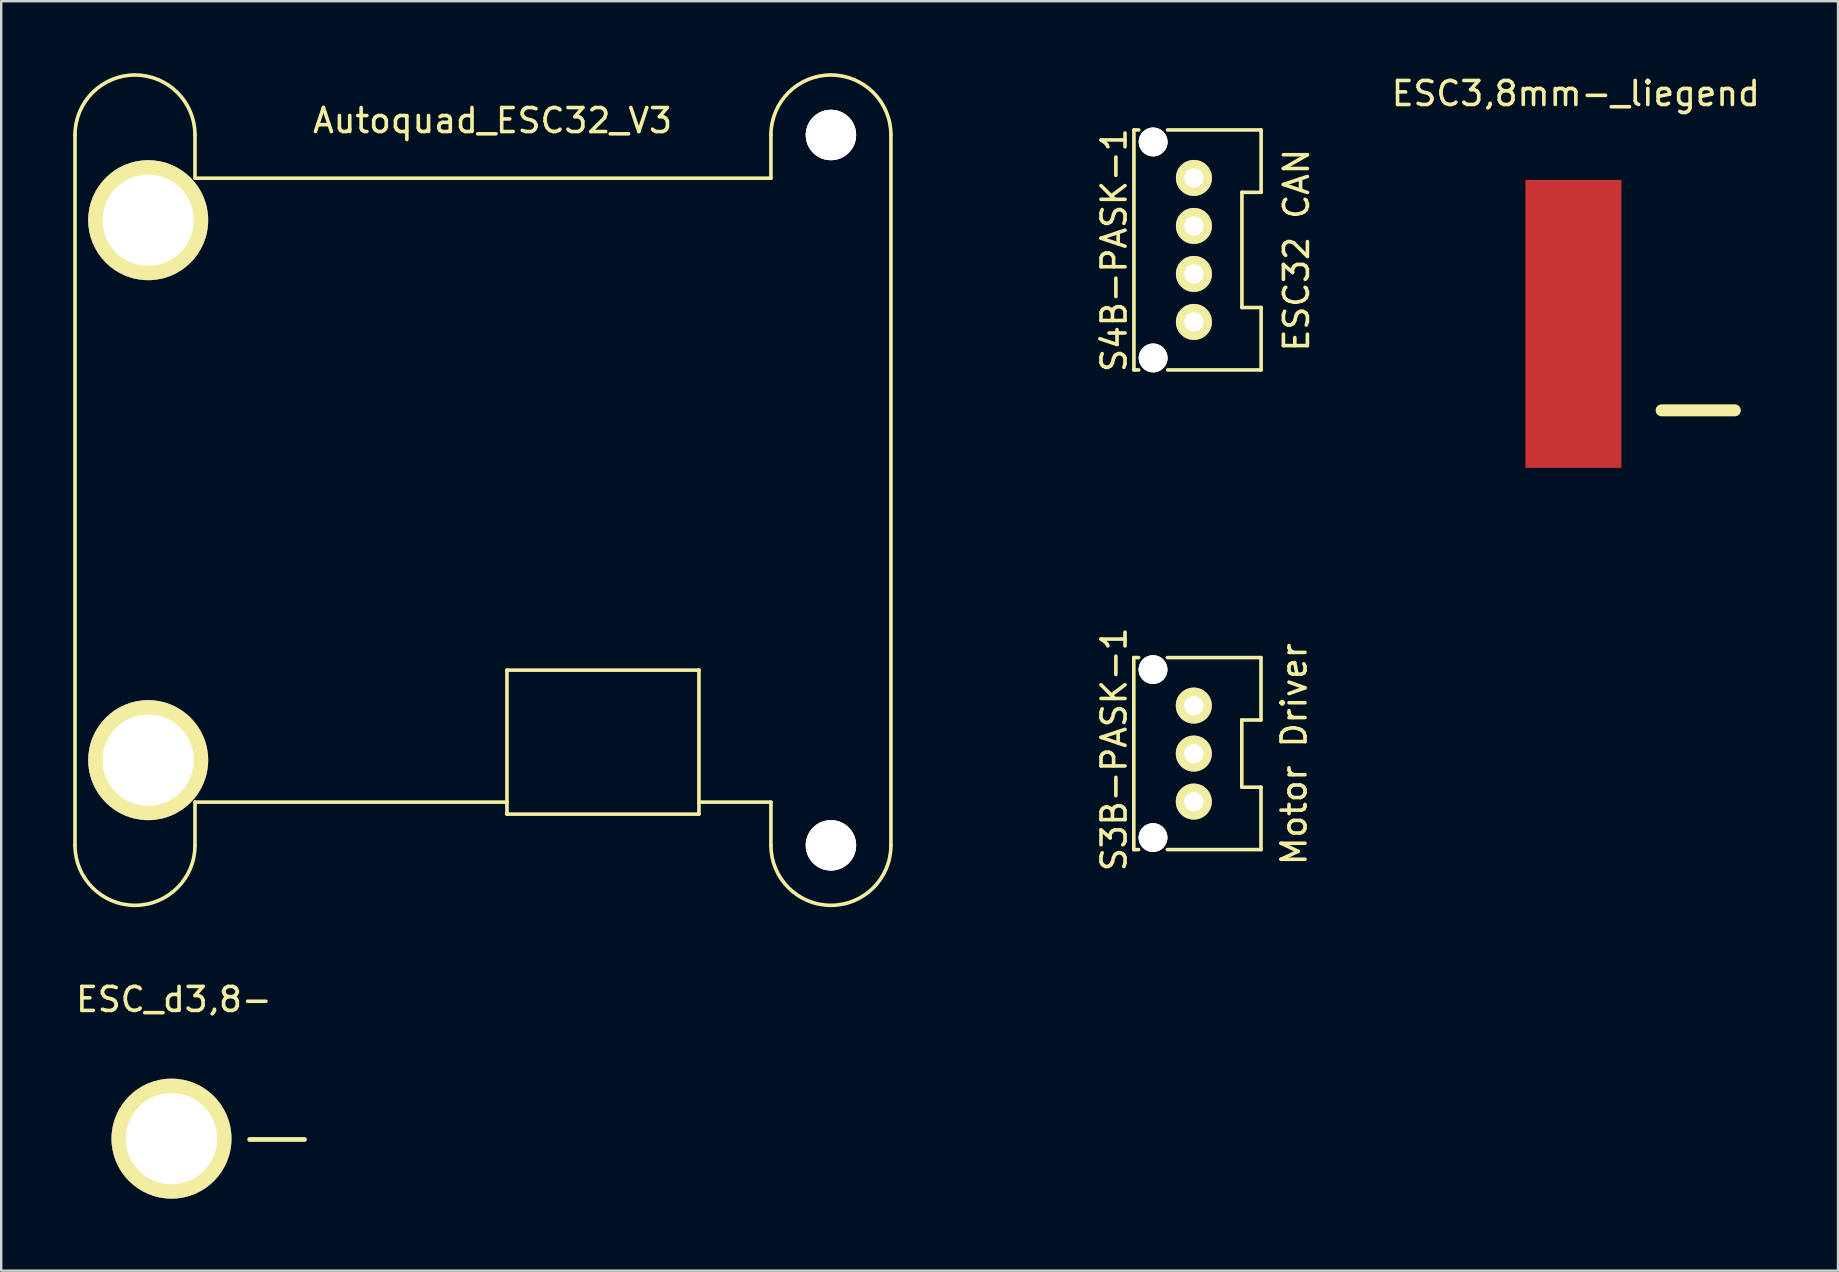
<source format=kicad_pcb>
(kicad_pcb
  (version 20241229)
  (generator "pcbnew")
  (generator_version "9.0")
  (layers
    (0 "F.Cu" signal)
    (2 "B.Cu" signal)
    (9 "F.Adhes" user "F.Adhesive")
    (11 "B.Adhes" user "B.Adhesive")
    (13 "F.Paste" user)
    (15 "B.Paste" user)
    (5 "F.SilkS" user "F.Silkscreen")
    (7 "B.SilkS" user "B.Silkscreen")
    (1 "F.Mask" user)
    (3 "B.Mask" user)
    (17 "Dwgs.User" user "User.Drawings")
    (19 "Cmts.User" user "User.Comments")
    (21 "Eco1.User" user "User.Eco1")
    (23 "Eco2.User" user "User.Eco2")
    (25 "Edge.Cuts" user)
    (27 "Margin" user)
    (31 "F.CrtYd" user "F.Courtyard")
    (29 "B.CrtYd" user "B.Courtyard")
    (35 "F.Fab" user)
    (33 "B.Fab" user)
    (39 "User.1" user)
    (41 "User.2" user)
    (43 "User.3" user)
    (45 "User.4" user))
  (footprint "ESC3,8mm-_liegend"
    (layer "F.Cu")
    (at 62.515 10.448)
    (property "Reference" "ESC3,8mm-_liegend" (at 0.1 -9.6 0) (layer "F.SilkS") (effects (font (size 1 1) (thickness 0.15))))
    (attr through_hole)
    (fp_text user "-" (at 5.2 3.3 0) (layer "F.SilkS") (effects (font (size 4 4) (thickness 0.5))))
    (pad "1" smd rect (at 0 0) (size 4 12) (layers "F.Cu" "F.Mask" "F.Paste")))
  (footprint "ESC_d3,8-"
    (layer "F.Cu")
    (at 4.096 44.398)
    (property "Reference" "ESC_d3,8-" (at 0.1 -5.8 0) (layer "F.SilkS") (effects (font (size 1 1) (thickness 0.15))))
    (attr through_hole)
    (fp_text user "-" (at 4.4 -0.2 0) (layer "F.SilkS") (effects (font (size 3 3) (thickness 0.2))))
    (pad "1" thru_hole circle (at 0 0) (size 5 5) (drill 3.8) (layers "*.Cu" "*.Mask" "F.SilkS")))
  (footprint "Autoquad_ESC32_V3"
    (layer "F.Cu")
    (at 17.175 17.375)
    (property "Reference" "Autoquad_ESC32_V3" (at 0.3 -15.4 0) (layer "F.SilkS") (effects (font (size 1 1) (thickness 0.15))))
    (attr through_hole)
    (fp_line (start -17.1 -14.8) (end -17.1 14.8) (stroke (width 0.15) (type solid)) (layer "F.SilkS"))
    (fp_line (start -12.1 -14.8) (end -12.1 -13) (stroke (width 0.15) (type solid)) (layer "F.SilkS"))
    (fp_line (start -12.1 -13) (end 11.9 -13) (stroke (width 0.15) (type solid)) (layer "F.SilkS"))
    (fp_line (start -12.1 14.8) (end -12.1 13) (stroke (width 0.15) (type solid)) (layer "F.SilkS"))
    (fp_line (start 0.9 7.5) (end 0.9 13) (stroke (width 0.15) (type solid)) (layer "F.SilkS"))
    (fp_line (start 0.9 13) (end -12.1 13) (stroke (width 0.15) (type solid)) (layer "F.SilkS"))
    (fp_line (start 0.9 13.5) (end 0.9 13) (stroke (width 0.15) (type solid)) (layer "F.SilkS"))
    (fp_line (start 8.9 7.5) (end 0.9 7.5) (stroke (width 0.15) (type solid)) (layer "F.SilkS"))
    (fp_line (start 8.9 13.5) (end 0.9 13.5) (stroke (width 0.15) (type solid)) (layer "F.SilkS"))
    (fp_line (start 8.9 13.5) (end 8.9 7.5) (stroke (width 0.15) (type solid)) (layer "F.SilkS"))
    (fp_line (start 11.9 -13) (end 11.9 -14.8) (stroke (width 0.15) (type solid)) (layer "F.SilkS"))
    (fp_line (start 11.9 13) (end 8.9 13) (stroke (width 0.15) (type solid)) (layer "F.SilkS"))
    (fp_line (start 11.9 13) (end 11.9 14.8) (stroke (width 0.15) (type solid)) (layer "F.SilkS"))
    (fp_line (start 16.9 14.8) (end 16.9 -14.8) (stroke (width 0.15) (type solid)) (layer "F.SilkS"))
    (fp_line (start 27.021 6.977) (end 27.221 6.977) (stroke (width 0.15) (type solid)) (layer "F.SilkS"))
    (fp_line (start 27.021 14.977) (end 27.021 6.977) (stroke (width 0.15) (type solid)) (layer "F.SilkS"))
    (fp_line (start 27.026 -15.01) (end 27.226 -15.01) (stroke (width 0.15) (type solid)) (layer "F.SilkS"))
    (fp_line (start 27.026 -5.01) (end 27.026 -15.01) (stroke (width 0.15) (type solid)) (layer "F.SilkS"))
    (fp_line (start 27.221 14.977) (end 27.021 14.977) (stroke (width 0.15) (type solid)) (layer "F.SilkS"))
    (fp_line (start 27.226 -5.01) (end 27.026 -5.01) (stroke (width 0.15) (type solid)) (layer "F.SilkS"))
    (fp_line (start 28.421 6.977) (end 32.321 6.977) (stroke (width 0.15) (type solid)) (layer "F.SilkS"))
    (fp_line (start 28.421 14.977) (end 32.321 14.977) (stroke (width 0.15) (type solid)) (layer "F.SilkS"))
    (fp_line (start 28.426 -15.01) (end 32.326 -15.01) (stroke (width 0.15) (type solid)) (layer "F.SilkS"))
    (fp_line (start 28.426 -5.01) (end 32.326 -5.01) (stroke (width 0.15) (type solid)) (layer "F.SilkS"))
    (fp_line (start 31.521 9.577) (end 32.321 9.577) (stroke (width 0.15) (type solid)) (layer "F.SilkS"))
    (fp_line (start 31.521 12.377) (end 31.521 9.577) (stroke (width 0.15) (type solid)) (layer "F.SilkS"))
    (fp_line (start 31.526 -12.41) (end 32.326 -12.41) (stroke (width 0.15) (type solid)) (layer "F.SilkS"))
    (fp_line (start 31.526 -7.61) (end 31.526 -12.41) (stroke (width 0.15) (type solid)) (layer "F.SilkS"))
    (fp_line (start 32.321 6.977) (end 32.321 9.577) (stroke (width 0.15) (type solid)) (layer "F.SilkS"))
    (fp_line (start 32.321 12.377) (end 31.521 12.377) (stroke (width 0.15) (type solid)) (layer "F.SilkS"))
    (fp_line (start 32.321 14.977) (end 32.321 12.377) (stroke (width 0.15) (type solid)) (layer "F.SilkS"))
    (fp_line (start 32.326 -15.01) (end 32.326 -12.41) (stroke (width 0.15) (type solid)) (layer "F.SilkS"))
    (fp_line (start 32.326 -7.61) (end 31.526 -7.61) (stroke (width 0.15) (type solid)) (layer "F.SilkS"))
    (fp_line (start 32.326 -5.01) (end 32.326 -7.61) (stroke (width 0.15) (type solid)) (layer "F.SilkS"))
    (fp_arc (start -17.1 -14.8) (mid -14.6 -17.3) (end -12.1 -14.8) (stroke (width 0.15) (type solid)) (layer "F.SilkS"))
    (fp_arc (start -12.1 14.8) (mid -14.6 17.3) (end -17.1 14.8) (stroke (width 0.15) (type solid)) (layer "F.SilkS"))
    (fp_arc (start 11.9 -14.8) (mid 14.4 -17.3) (end 16.9 -14.8) (stroke (width 0.15) (type solid)) (layer "F.SilkS"))
    (fp_arc (start 16.9 14.8) (mid 14.4 17.3) (end 11.9 14.8) (stroke (width 0.15) (type solid)) (layer "F.SilkS"))
    (fp_text user "ESC32 CAN" (at 33.8 -10 90) (layer "F.SilkS") (effects (font (size 1 1) (thickness 0.15))))
    (fp_text user "S3B-PASK-1" (at 26.2 10.8 90) (layer "F.SilkS") (effects (font (size 1 1) (thickness 0.15))))
    (fp_text user "S4B-PASK-1" (at 26.2 -10 90) (layer "F.SilkS") (effects (font (size 1 1) (thickness 0.15))))
    (fp_text user "Motor Driver" (at 33.7 11 90) (layer "F.SilkS") (effects (font (size 1 1) (thickness 0.15))))
    (pad "" thru_hole circle (at 14.4 -14.8) (size 2.1 2.1) (drill 2.1) (layers "*.Cu" "*.Mask" "F.SilkS"))
    (pad "" thru_hole circle (at 14.4 14.8) (size 2.1 2.1) (drill 2.1) (layers "*.Cu" "*.Mask" "F.SilkS"))
    (pad "" thru_hole circle (at 27.821 7.477 90) (size 1.2 1.2) (drill 1.2) (layers "*.Cu" "*.Mask" "F.SilkS"))
    (pad "" thru_hole circle (at 27.821 14.477 90) (size 1.2 1.2) (drill 1.2) (layers "*.Cu" "*.Mask" "F.SilkS"))
    (pad "" thru_hole circle (at 27.826 -14.51 90) (size 1.2 1.2) (drill 1.2) (layers "*.Cu" "*.Mask" "F.SilkS"))
    (pad "" thru_hole circle (at 27.826 -5.51 90) (size 1.2 1.2) (drill 1.2) (layers "*.Cu" "*.Mask" "F.SilkS"))
    (pad "1" thru_hole circle (at -14.05 -11.25) (size 5 5) (drill 3.8) (layers "*.Cu" "*.Mask" "F.SilkS"))
    (pad "2" thru_hole circle (at -14.05 11.25) (size 5 5) (drill 3.8) (layers "*.Cu" "*.Mask" "F.SilkS"))
    (pad "3" thru_hole circle (at 29.521 12.977 90) (size 1.5 1.5) (drill 0.8) (layers "*.Cu" "*.Mask" "F.SilkS"))
    (pad "4" thru_hole circle (at 29.521 10.977 90) (size 1.5 1.5) (drill 0.8) (layers "*.Cu" "*.Mask" "F.SilkS"))
    (pad "5" thru_hole circle (at 29.521 8.977 90) (size 1.5 1.5) (drill 0.8) (layers "*.Cu" "*.Mask" "F.SilkS"))
    (pad "6" thru_hole circle (at 29.526 -7.01 90) (size 1.5 1.5) (drill 0.8) (layers "*.Cu" "*.Mask" "F.SilkS"))
    (pad "7" thru_hole circle (at 29.526 -9.01 90) (size 1.5 1.5) (drill 0.8) (layers "*.Cu" "*.Mask" "F.SilkS"))
    (pad "8" thru_hole circle (at 29.526 -11.01 90) (size 1.5 1.5) (drill 0.8) (layers "*.Cu" "*.Mask" "F.SilkS"))
    (pad "9" thru_hole circle (at 29.526 -13.01 90) (size 1.5 1.5) (drill 0.8) (layers "*.Cu" "*.Mask" "F.SilkS")))
  (gr_rect
    (start -3 -3)
    (end 73.541 49.898)
    (stroke (width 0.1) (type default))
    (fill no)
    (layer "Edge.Cuts")))
</source>
